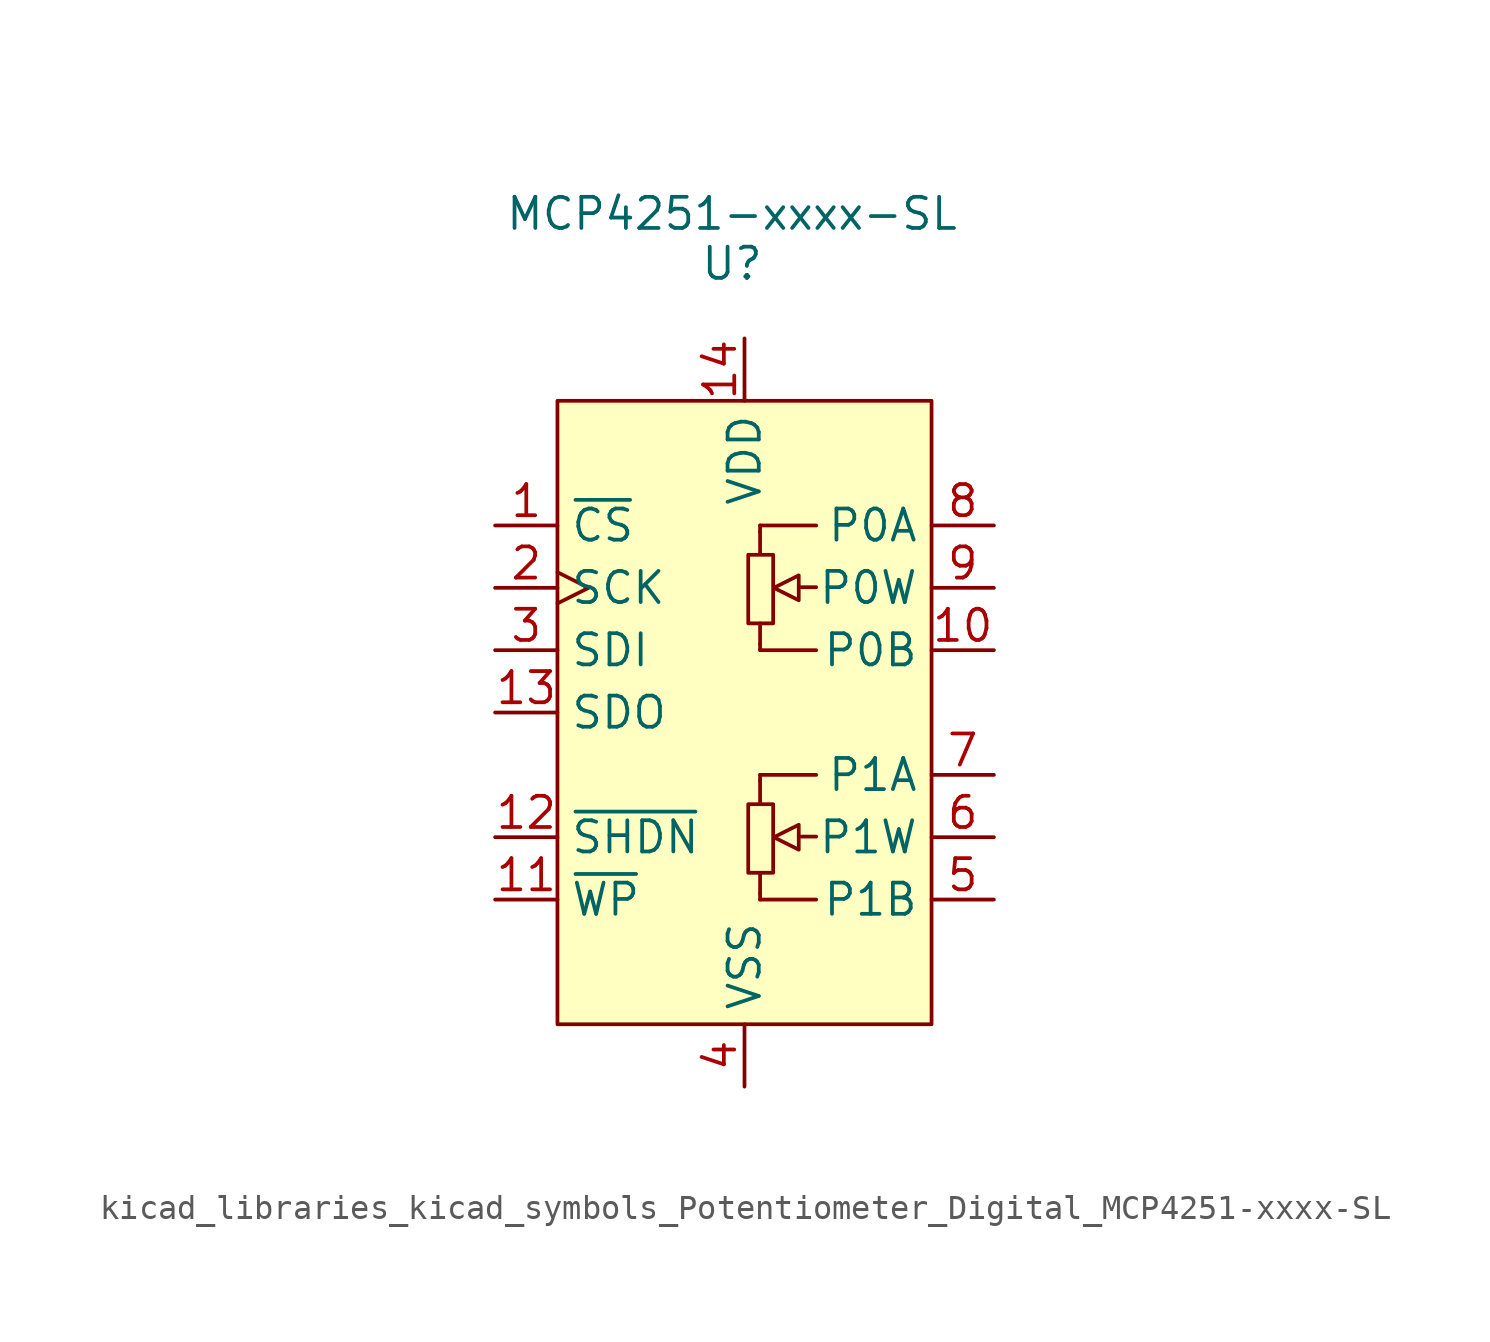
<source format=kicad_sym>
(kicad_symbol_lib
  (version 20220914)
  (generator kicad_symbol_editor)
  (symbol "kicad_libraries_kicad_symbols_Potentiometer_Digital_MCP4251-xxxx-SL"
    (property "Reference" "U"
      (at -0.508 18.288 0)
      (effects (font (size 1.27 1.27))))
    (property "Value" "MCP4251-xxxx-SL"
      (at -0.508 20.32 0)
      (effects (font (size 1.27 1.27))))
    (symbol "kicad_libraries_kicad_symbols_Potentiometer_Digital_MCP4251-xxxx-SL_1_1"
      (polyline (pts (xy 0.635 -7.366) (xy 0.635 -6.528)) (stroke (width 0) (type default)) (fill (type none)))
      (polyline (pts (xy 0.635 -2.769) (xy 0.635 -3.708)) (stroke (width 0) (type default)) (fill (type none)))
      (polyline (pts (xy 0.635 2.794) (xy 0.635 3.632)) (stroke (width 0) (type default)) (fill (type none)))
      (polyline (pts (xy 0.635 7.391) (xy 0.635 6.452)) (stroke (width 0) (type default)) (fill (type none)))
      (polyline (pts (xy 2.21 -5.055) (xy 2.921 -5.055)) (stroke (width 0) (type default)) (fill (type none)))
      (polyline (pts (xy 2.21 5.105) (xy 2.921 5.105)) (stroke (width 0) (type default)) (fill (type none)))
      (polyline (pts (xy 0.635 -7.62) (xy 0.635 -7.366) (xy 0.635 -7.366)) (stroke (width 0) (type default)) (fill (type background)))
      (polyline (pts (xy 0.635 -7.62) (xy 2.921 -7.62) (xy 2.921 -7.62)) (stroke (width 0) (type default)) (fill (type background)))
      (polyline (pts (xy 0.635 -2.54) (xy 0.635 -2.794) (xy 0.635 -2.794)) (stroke (width 0) (type default)) (fill (type none)))
      (polyline (pts (xy 0.635 -2.54) (xy 2.921 -2.54) (xy 2.921 -2.54)) (stroke (width 0) (type default)) (fill (type background)))
      (polyline (pts (xy 0.635 2.54) (xy 0.635 2.794) (xy 0.635 2.794)) (stroke (width 0) (type default)) (fill (type background)))
      (polyline (pts (xy 0.635 2.54) (xy 2.921 2.54) (xy 2.921 2.54)) (stroke (width 0) (type default)) (fill (type background)))
      (polyline (pts (xy 0.635 7.62) (xy 0.635 7.366) (xy 0.635 7.366)) (stroke (width 0) (type default)) (fill (type none)))
      (polyline (pts (xy 0.635 7.62) (xy 2.921 7.62) (xy 2.921 7.62)) (stroke (width 0) (type default)) (fill (type background)))
      (polyline (pts (xy 2.21 -4.572) (xy 2.21 -5.588) (xy 1.194 -5.08) (xy 2.21 -4.572) (xy 2.21 -4.572)) (stroke (width 0) (type default)) (fill (type background)))
      (polyline (pts (xy 2.21 5.588) (xy 2.21 4.572) (xy 1.194 5.08) (xy 2.21 5.588) (xy 2.21 5.588)) (stroke (width 0) (type default)) (fill (type background)))
      (polyline (pts (xy 0 12.7) (xy 7.62 12.7) (xy 7.62 0) (xy 7.62 -12.7) (xy -7.62 -12.7) (xy -7.62 12.7) (xy 0 12.7)) (stroke (width 0) (type default)) (fill (type background)))
      (rectangle (start 0.152 -3.734) (end 1.168 -6.528) (stroke (width 0) (type default)) (fill (type none)))
      (rectangle (start 0.152 6.426) (end 1.168 3.632) (stroke (width 0) (type default)) (fill (type none)))
      (pin input line (at -10.16 7.62 0) (length 2.54) (name "~{CS}" (effects (font (size 1.27 1.27)))) (number "1" (effects (font (size 1.27 1.27)))))
      (pin passive line (at 10.16 2.54 180) (length 2.54) (name "P0B" (effects (font (size 1.27 1.27)))) (number "10" (effects (font (size 1.27 1.27)))))
      (pin input line (at -10.16 -7.62 0) (length 2.54) (name "~{WP}" (effects (font (size 1.27 1.27)))) (number "11" (effects (font (size 1.27 1.27)))))
      (pin input line (at -10.16 -5.08 0) (length 2.54) (name "~{SHDN}" (effects (font (size 1.27 1.27)))) (number "12" (effects (font (size 1.27 1.27)))))
      (pin output line (at -10.16 0 0) (length 2.54) (name "SDO" (effects (font (size 1.27 1.27)))) (number "13" (effects (font (size 1.27 1.27)))))
      (pin power_in line (at 0 15.24 270) (length 2.54) (name "VDD" (effects (font (size 1.27 1.27)))) (number "14" (effects (font (size 1.27 1.27)))))
      (pin input clock (at -10.16 5.08 0) (length 2.54) (name "SCK" (effects (font (size 1.27 1.27)))) (number "2" (effects (font (size 1.27 1.27)))))
      (pin input line (at -10.16 2.54 0) (length 2.54) (name "SDI" (effects (font (size 1.27 1.27)))) (number "3" (effects (font (size 1.27 1.27)))))
      (pin power_in line (at 0 -15.24 90) (length 2.54) (name "VSS" (effects (font (size 1.27 1.27)))) (number "4" (effects (font (size 1.27 1.27)))))
      (pin passive line (at 10.16 -7.62 180) (length 2.54) (name "P1B" (effects (font (size 1.27 1.27)))) (number "5" (effects (font (size 1.27 1.27)))))
      (pin passive line (at 10.16 -5.08 180) (length 2.54) (name "P1W" (effects (font (size 1.27 1.27)))) (number "6" (effects (font (size 1.27 1.27)))))
      (pin passive line (at 10.16 -2.54 180) (length 2.54) (name "P1A" (effects (font (size 1.27 1.27)))) (number "7" (effects (font (size 1.27 1.27)))))
      (pin passive line (at 10.16 7.62 180) (length 2.54) (name "P0A" (effects (font (size 1.27 1.27)))) (number "8" (effects (font (size 1.27 1.27)))))
      (pin passive line (at 10.16 5.08 180) (length 2.54) (name "P0W" (effects (font (size 1.27 1.27)))) (number "9" (effects (font (size 1.27 1.27))))))))
</source>
